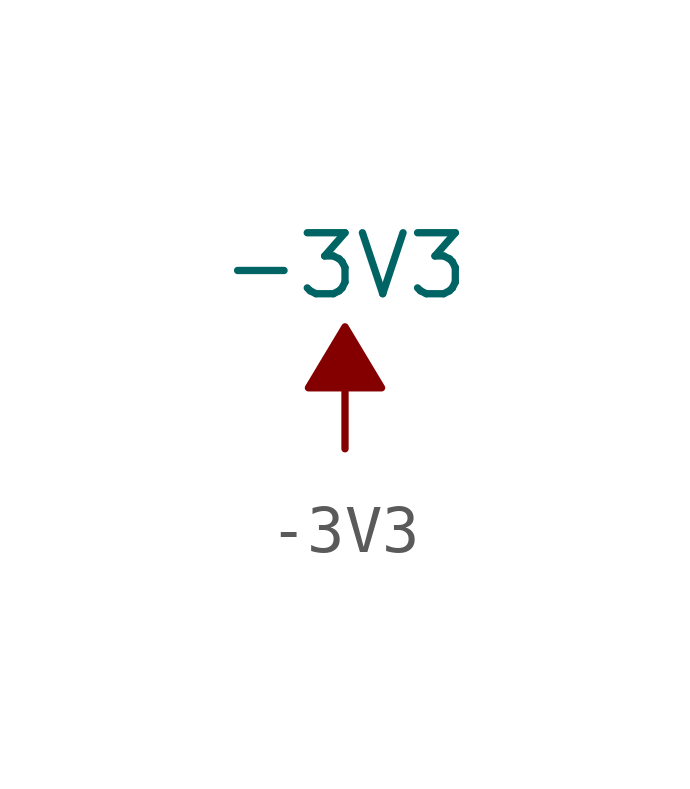
<source format=kicad_sym>
(kicad_symbol_lib
  (version 20231120)
  (generator "kicad_symbol_editor")
  (generator_version "8.0")
  (symbol "-3V3"
    (power)
    (pin_numbers hide)
    (pin_names
      (offset 0) hide)
    (property "Reference" "#PWR"
      (at 0 2.54 0)
      (effects (font (size 1.27 1.27)) (hide yes)))
    (property "Value" "-3V3"
      (at 0 3.81 0)
      (effects (font (size 1.27 1.27))))
    (symbol "-3V3_0_0"
      (pin power_in line (at 0 0 90) (length 0) hide (name "-3V3" (effects (font (size 1.27 1.27)))) (number "1" (effects (font (size 1.27 1.27))))))
    (symbol "-3V3_0_1"
      (polyline (pts (xy 0 0) (xy 0 1.27) (xy 0.762 1.27) (xy 0 2.54) (xy -0.762 1.27) (xy 0 1.27)) (stroke (width 0) (type default)) (fill (type outline))))))
</source>
